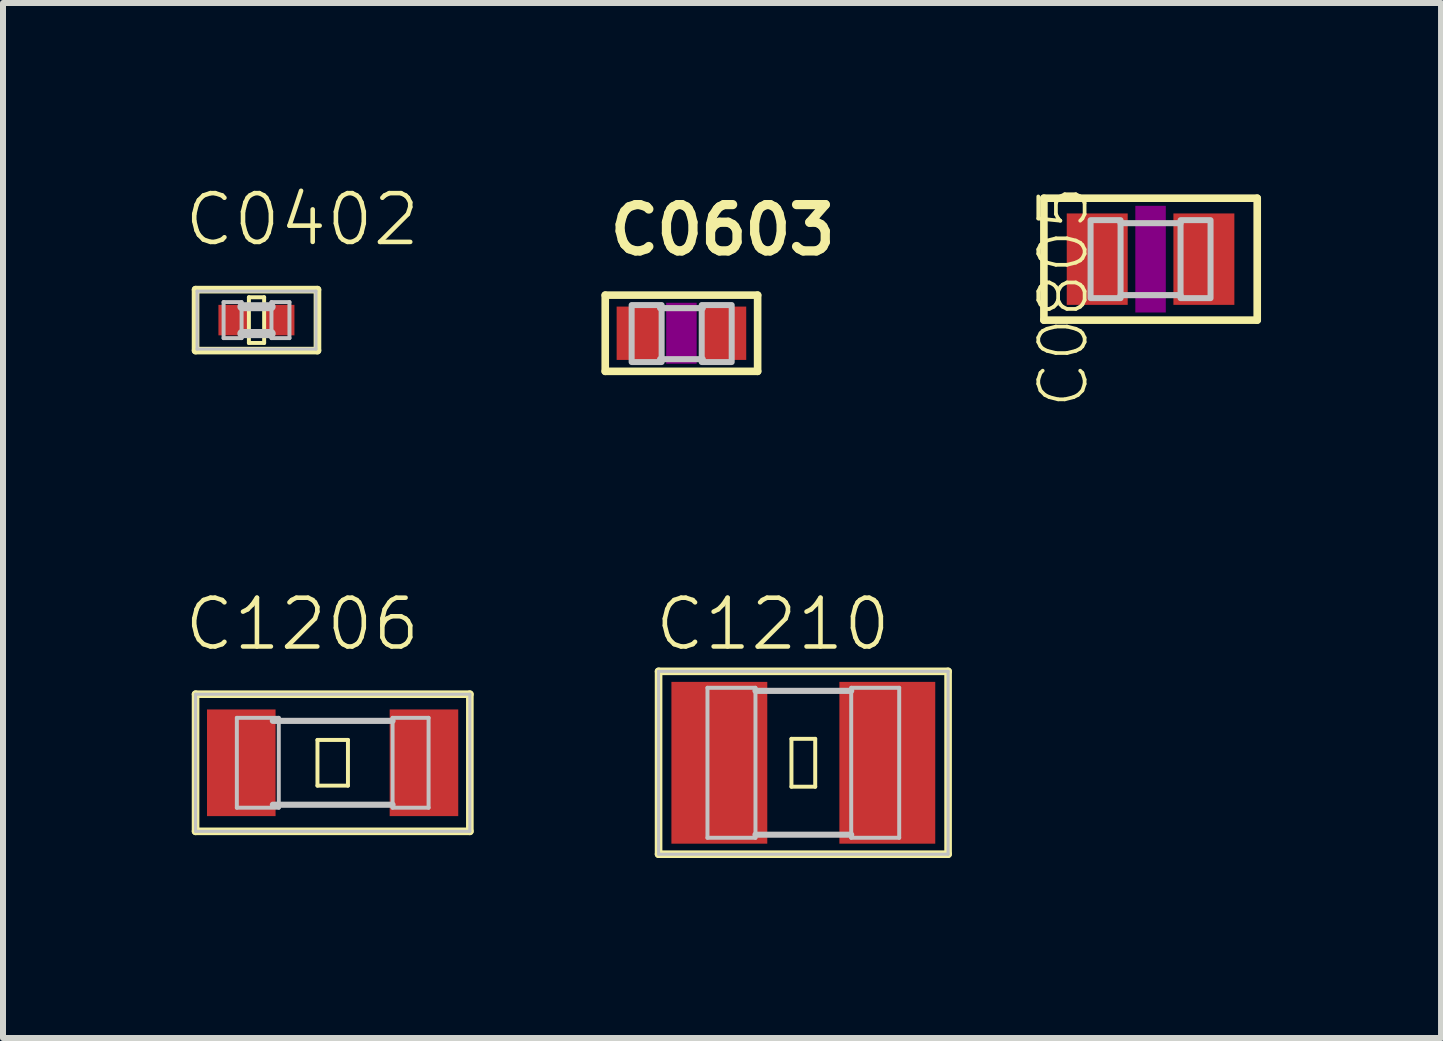
<source format=kicad_pcb>
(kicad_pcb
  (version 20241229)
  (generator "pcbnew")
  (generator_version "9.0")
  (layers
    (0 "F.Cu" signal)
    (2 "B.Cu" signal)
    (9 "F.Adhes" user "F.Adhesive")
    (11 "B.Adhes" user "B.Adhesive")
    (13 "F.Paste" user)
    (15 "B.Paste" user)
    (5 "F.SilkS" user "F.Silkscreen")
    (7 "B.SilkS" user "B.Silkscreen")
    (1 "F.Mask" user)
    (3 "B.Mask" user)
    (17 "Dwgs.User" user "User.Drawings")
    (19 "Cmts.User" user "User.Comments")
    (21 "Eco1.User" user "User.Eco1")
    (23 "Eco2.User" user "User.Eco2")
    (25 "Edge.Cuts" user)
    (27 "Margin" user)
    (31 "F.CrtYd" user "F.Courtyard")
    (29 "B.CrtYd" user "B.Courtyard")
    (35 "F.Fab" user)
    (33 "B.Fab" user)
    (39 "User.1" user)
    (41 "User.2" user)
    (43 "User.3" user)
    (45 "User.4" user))
  (footprint "C0402"
    (layer "F.Cu")
    (at 1.226 2.286)
    (property "Reference" "C0402" (at 0.762 -1.676 0) (layer "F.SilkS") (effects (font (size 0.813 0.813) (thickness 0.076))))
    (attr smd)
    (fp_line (start -1.016 -0.508) (end -1.016 0.508) (stroke (width 0.127) (type solid)) (layer "F.SilkS"))
    (fp_line (start -1.016 0.508) (end 1.016 0.508) (stroke (width 0.127) (type solid)) (layer "F.SilkS"))
    (fp_line (start -0.127 -0.381) (end 0.127 -0.381) (stroke (width 0.066) (type solid)) (layer "F.SilkS"))
    (fp_line (start -0.127 0.381) (end -0.127 -0.381) (stroke (width 0.066) (type solid)) (layer "F.SilkS"))
    (fp_line (start -0.127 0.381) (end 0.127 0.381) (stroke (width 0.066) (type solid)) (layer "F.SilkS"))
    (fp_line (start 0.127 0.381) (end 0.127 -0.381) (stroke (width 0.066) (type solid)) (layer "F.SilkS"))
    (fp_line (start 1.016 -0.508) (end -1.016 -0.508) (stroke (width 0.127) (type solid)) (layer "F.SilkS"))
    (fp_line (start 1.016 0.508) (end 1.016 -0.508) (stroke (width 0.127) (type solid)) (layer "F.SilkS"))
    (fp_line (start -0.991 -0.483) (end 0.991 -0.483) (stroke (width 0.051) (type solid)) (layer "Dwgs.User"))
    (fp_line (start -0.991 0.483) (end -0.991 -0.483) (stroke (width 0.051) (type solid)) (layer "Dwgs.User"))
    (fp_line (start -0.549 -0.3) (end -0.249 -0.3) (stroke (width 0.066) (type solid)) (layer "Dwgs.User"))
    (fp_line (start -0.549 0.3) (end -0.549 -0.3) (stroke (width 0.066) (type solid)) (layer "Dwgs.User"))
    (fp_line (start -0.549 0.3) (end -0.249 0.3) (stroke (width 0.066) (type solid)) (layer "Dwgs.User"))
    (fp_line (start -0.249 0.3) (end -0.249 -0.3) (stroke (width 0.066) (type solid)) (layer "Dwgs.User"))
    (fp_line (start -0.244 -0.224) (end 0.244 -0.224) (stroke (width 0.15) (type solid)) (layer "Dwgs.User"))
    (fp_line (start 0.244 0.224) (end -0.244 0.224) (stroke (width 0.152) (type solid)) (layer "Dwgs.User"))
    (fp_line (start 0.249 -0.3) (end 0.549 -0.3) (stroke (width 0.066) (type solid)) (layer "Dwgs.User"))
    (fp_line (start 0.249 0.3) (end 0.249 -0.3) (stroke (width 0.066) (type solid)) (layer "Dwgs.User"))
    (fp_line (start 0.249 0.3) (end 0.549 0.3) (stroke (width 0.066) (type solid)) (layer "Dwgs.User"))
    (fp_line (start 0.549 0.3) (end 0.549 -0.3) (stroke (width 0.066) (type solid)) (layer "Dwgs.User"))
    (fp_line (start 0.991 -0.483) (end 0.991 0.483) (stroke (width 0.051) (type solid)) (layer "Dwgs.User"))
    (fp_line (start 0.991 0.483) (end -0.991 0.483) (stroke (width 0.051) (type solid)) (layer "Dwgs.User"))
    (pad "1" smd rect (at -0.381 0) (size 0.508 0.508) (layers "F.Cu" "F.Mask" "F.Paste"))
    (pad "2" smd rect (at 0.378 0) (size 0.508 0.508) (layers "F.Cu" "F.Mask" "F.Paste")))
  (footprint "C0805"
    (layer "F.Cu")
    (at 16.129 1.27)
    (property "Reference" "C0805" (at -1.905 -1.27 270) (layer "F.SilkS") (effects (font (size 0.772 0.772) (thickness 0.062)) (justify right top)))
    (attr through_hole)
    (fp_line (start -1.778 -1.016) (end 1.778 -1.016) (stroke (width 0.127) (type solid)) (layer "F.SilkS"))
    (fp_line (start -1.778 1.016) (end -1.778 -1.016) (stroke (width 0.127) (type solid)) (layer "F.SilkS"))
    (fp_line (start 1.778 -1.016) (end 1.778 1.016) (stroke (width 0.127) (type solid)) (layer "F.SilkS"))
    (fp_line (start 1.778 1.016) (end -1.778 1.016) (stroke (width 0.127) (type solid)) (layer "F.SilkS"))
    (fp_poly (pts (xy -0.254 0.889) (xy 0.254 0.889) (xy 0.254 -0.889) (xy -0.254 -0.889)) (stroke (width 0) (type solid)) (fill yes) (layer "F.Adhes"))
    (fp_line (start -0.5 -0.6) (end 0.5 -0.6) (stroke (width 0.102) (type solid)) (layer "Dwgs.User"))
    (fp_line (start -0.5 0.6) (end 0.5 0.6) (stroke (width 0.102) (type solid)) (layer "Dwgs.User"))
    (fp_poly (pts (xy -1 0.65) (xy -0.5 0.65) (xy -0.5 -0.65) (xy -1 -0.65)) (stroke (width 0.1) (type solid)) (fill no) (layer "Dwgs.User"))
    (fp_poly (pts (xy 0.5 0.65) (xy 1 0.65) (xy 1 -0.65) (xy 0.5 -0.65)) (stroke (width 0.1) (type solid)) (fill no) (layer "Dwgs.User"))
    (pad "1" smd rect (at -0.889 0) (size 1.016 1.524) (layers "F.Cu" "F.Mask" "F.Paste"))
    (pad "2" smd rect (at 0.889 0) (size 1.016 1.524) (layers "F.Cu" "F.Mask" "F.Paste")))
  (footprint "C0603"
    (layer "F.Cu")
    (at 8.309 2.505)
    (property "Reference" "C0603" (at -1.27 -1.27 0) (layer "F.SilkS") (effects (font (size 0.772 0.772) (thickness 0.154)) (justify left bottom)))
    (attr through_hole)
    (fp_line (start -1.27 -0.635) (end 1.27 -0.635) (stroke (width 0.127) (type solid)) (layer "F.SilkS"))
    (fp_line (start -1.27 0.635) (end -1.27 -0.635) (stroke (width 0.127) (type solid)) (layer "F.SilkS"))
    (fp_line (start 1.27 -0.635) (end 1.27 0.635) (stroke (width 0.127) (type solid)) (layer "F.SilkS"))
    (fp_line (start 1.27 0.635) (end -1.27 0.635) (stroke (width 0.127) (type solid)) (layer "F.SilkS"))
    (fp_poly (pts (xy -0.254 0.508) (xy 0.254 0.508) (xy 0.254 -0.508) (xy -0.254 -0.508)) (stroke (width 0) (type solid)) (fill yes) (layer "F.Adhes"))
    (fp_line (start 0.356 -0.419) (end -0.356 -0.419) (stroke (width 0.102) (type solid)) (layer "Dwgs.User"))
    (fp_line (start 0.356 0.432) (end -0.356 0.432) (stroke (width 0.102) (type solid)) (layer "Dwgs.User"))
    (fp_poly (pts (xy -0.83 0.48) (xy -0.33 0.48) (xy -0.33 -0.47) (xy -0.83 -0.47)) (stroke (width 0.1) (type solid)) (fill no) (layer "Dwgs.User"))
    (fp_poly (pts (xy 0.338 0.48) (xy 0.838 0.48) (xy 0.838 -0.47) (xy 0.338 -0.47)) (stroke (width 0.1) (type solid)) (fill no) (layer "Dwgs.User"))
    (pad "1" smd rect (at -0.699 0 90) (size 0.889 0.762) (layers "F.Cu" "F.Mask" "F.Paste"))
    (pad "2" smd rect (at 0.699 0 90) (size 0.889 0.762) (layers "F.Cu" "F.Mask" "F.Paste")))
  (footprint "C1206"
    (layer "F.Cu")
    (at 2.496 9.665)
    (property "Reference" "C1206" (at -0.508 -2.311 0) (layer "F.SilkS") (effects (font (size 0.813 0.813) (thickness 0.076))))
    (attr smd)
    (fp_line (start -2.286 -1.143) (end -2.286 1.143) (stroke (width 0.127) (type solid)) (layer "F.SilkS"))
    (fp_line (start -2.286 1.143) (end 2.286 1.143) (stroke (width 0.127) (type solid)) (layer "F.SilkS"))
    (fp_line (start -0.254 -0.381) (end 0.254 -0.381) (stroke (width 0.066) (type solid)) (layer "F.SilkS"))
    (fp_line (start -0.254 0.381) (end -0.254 -0.381) (stroke (width 0.066) (type solid)) (layer "F.SilkS"))
    (fp_line (start -0.254 0.381) (end 0.254 0.381) (stroke (width 0.066) (type solid)) (layer "F.SilkS"))
    (fp_line (start 0.254 0.381) (end 0.254 -0.381) (stroke (width 0.066) (type solid)) (layer "F.SilkS"))
    (fp_line (start 2.286 -1.143) (end -2.286 -1.143) (stroke (width 0.127) (type solid)) (layer "F.SilkS"))
    (fp_line (start 2.286 1.143) (end 2.286 -1.143) (stroke (width 0.127) (type solid)) (layer "F.SilkS"))
    (fp_line (start -2.286 -1.143) (end 2.286 -1.143) (stroke (width 0.051) (type solid)) (layer "Dwgs.User"))
    (fp_line (start -2.286 1.143) (end -2.286 -1.143) (stroke (width 0.051) (type solid)) (layer "Dwgs.User"))
    (fp_line (start -1.598 -0.749) (end -0.899 -0.749) (stroke (width 0.066) (type solid)) (layer "Dwgs.User"))
    (fp_line (start -1.598 0.749) (end -1.598 -0.749) (stroke (width 0.066) (type solid)) (layer "Dwgs.User"))
    (fp_line (start -1.598 0.749) (end -0.899 0.749) (stroke (width 0.066) (type solid)) (layer "Dwgs.User"))
    (fp_line (start -0.998 -0.699) (end 0.998 -0.699) (stroke (width 0.102) (type solid)) (layer "Dwgs.User"))
    (fp_line (start -0.998 0.699) (end 0.998 0.699) (stroke (width 0.102) (type solid)) (layer "Dwgs.User"))
    (fp_line (start -0.899 0.749) (end -0.899 -0.749) (stroke (width 0.066) (type solid)) (layer "Dwgs.User"))
    (fp_line (start 0.998 -0.749) (end 1.598 -0.749) (stroke (width 0.066) (type solid)) (layer "Dwgs.User"))
    (fp_line (start 0.998 0.749) (end 0.998 -0.749) (stroke (width 0.066) (type solid)) (layer "Dwgs.User"))
    (fp_line (start 0.998 0.749) (end 1.598 0.749) (stroke (width 0.066) (type solid)) (layer "Dwgs.User"))
    (fp_line (start 1.598 0.749) (end 1.598 -0.749) (stroke (width 0.066) (type solid)) (layer "Dwgs.User"))
    (fp_line (start 2.286 -1.143) (end 2.286 1.143) (stroke (width 0.051) (type solid)) (layer "Dwgs.User"))
    (fp_line (start 2.286 1.143) (end -2.286 1.143) (stroke (width 0.051) (type solid)) (layer "Dwgs.User"))
    (pad "1" smd rect (at -1.524 0) (size 1.143 1.778) (layers "F.Cu" "F.Mask" "F.Paste"))
    (pad "2" smd rect (at 1.521 0) (size 1.143 1.778) (layers "F.Cu" "F.Mask" "F.Paste")))
  (footprint "C1210"
    (layer "F.Cu")
    (at 10.341 9.665)
    (property "Reference" "C1210" (at -0.508 -2.311 0) (layer "F.SilkS") (effects (font (size 0.813 0.813) (thickness 0.076))))
    (attr smd)
    (fp_line (start -2.413 -1.524) (end 2.413 -1.524) (stroke (width 0.127) (type solid)) (layer "F.SilkS"))
    (fp_line (start -2.413 1.524) (end -2.413 -1.524) (stroke (width 0.127) (type solid)) (layer "F.SilkS"))
    (fp_line (start -0.198 -0.399) (end 0.198 -0.399) (stroke (width 0.066) (type solid)) (layer "F.SilkS"))
    (fp_line (start -0.198 0.399) (end -0.198 -0.399) (stroke (width 0.066) (type solid)) (layer "F.SilkS"))
    (fp_line (start -0.198 0.399) (end 0.198 0.399) (stroke (width 0.066) (type solid)) (layer "F.SilkS"))
    (fp_line (start 0.198 0.399) (end 0.198 -0.399) (stroke (width 0.066) (type solid)) (layer "F.SilkS"))
    (fp_line (start 2.413 -1.524) (end 2.413 1.524) (stroke (width 0.127) (type solid)) (layer "F.SilkS"))
    (fp_line (start 2.413 1.524) (end -2.413 1.524) (stroke (width 0.127) (type solid)) (layer "F.SilkS"))
    (fp_line (start -2.413 -1.524) (end 2.413 -1.524) (stroke (width 0.051) (type solid)) (layer "Dwgs.User"))
    (fp_line (start -2.413 1.524) (end -2.413 -1.524) (stroke (width 0.051) (type solid)) (layer "Dwgs.User"))
    (fp_line (start -1.598 -1.25) (end -0.798 -1.25) (stroke (width 0.066) (type solid)) (layer "Dwgs.User"))
    (fp_line (start -1.598 1.25) (end -1.598 -1.25) (stroke (width 0.066) (type solid)) (layer "Dwgs.User"))
    (fp_line (start -1.598 1.25) (end -0.798 1.25) (stroke (width 0.066) (type solid)) (layer "Dwgs.User"))
    (fp_line (start -0.798 -1.199) (end 0.798 -1.199) (stroke (width 0.102) (type solid)) (layer "Dwgs.User"))
    (fp_line (start -0.798 1.199) (end 0.798 1.199) (stroke (width 0.102) (type solid)) (layer "Dwgs.User"))
    (fp_line (start -0.798 1.25) (end -0.798 -1.25) (stroke (width 0.066) (type solid)) (layer "Dwgs.User"))
    (fp_line (start 0.798 -1.25) (end 1.598 -1.25) (stroke (width 0.066) (type solid)) (layer "Dwgs.User"))
    (fp_line (start 0.798 1.25) (end 0.798 -1.25) (stroke (width 0.066) (type solid)) (layer "Dwgs.User"))
    (fp_line (start 0.798 1.25) (end 1.598 1.25) (stroke (width 0.066) (type solid)) (layer "Dwgs.User"))
    (fp_line (start 1.598 1.25) (end 1.598 -1.25) (stroke (width 0.066) (type solid)) (layer "Dwgs.User"))
    (fp_line (start 2.413 -1.524) (end 2.413 1.524) (stroke (width 0.051) (type solid)) (layer "Dwgs.User"))
    (fp_line (start 2.413 1.524) (end -2.413 1.524) (stroke (width 0.051) (type solid)) (layer "Dwgs.User"))
    (pad "1" smd rect (at -1.4 0) (size 1.598 2.697) (layers "F.Cu" "F.Mask" "F.Paste"))
    (pad "2" smd rect (at 1.4 0) (size 1.598 2.697) (layers "F.Cu" "F.Mask" "F.Paste")))
  (gr_rect
    (start -3 -3)
    (end 20.971 14.253)
    (stroke (width 0.1) (type default))
    (fill no)
    (layer "Edge.Cuts")))
</source>
